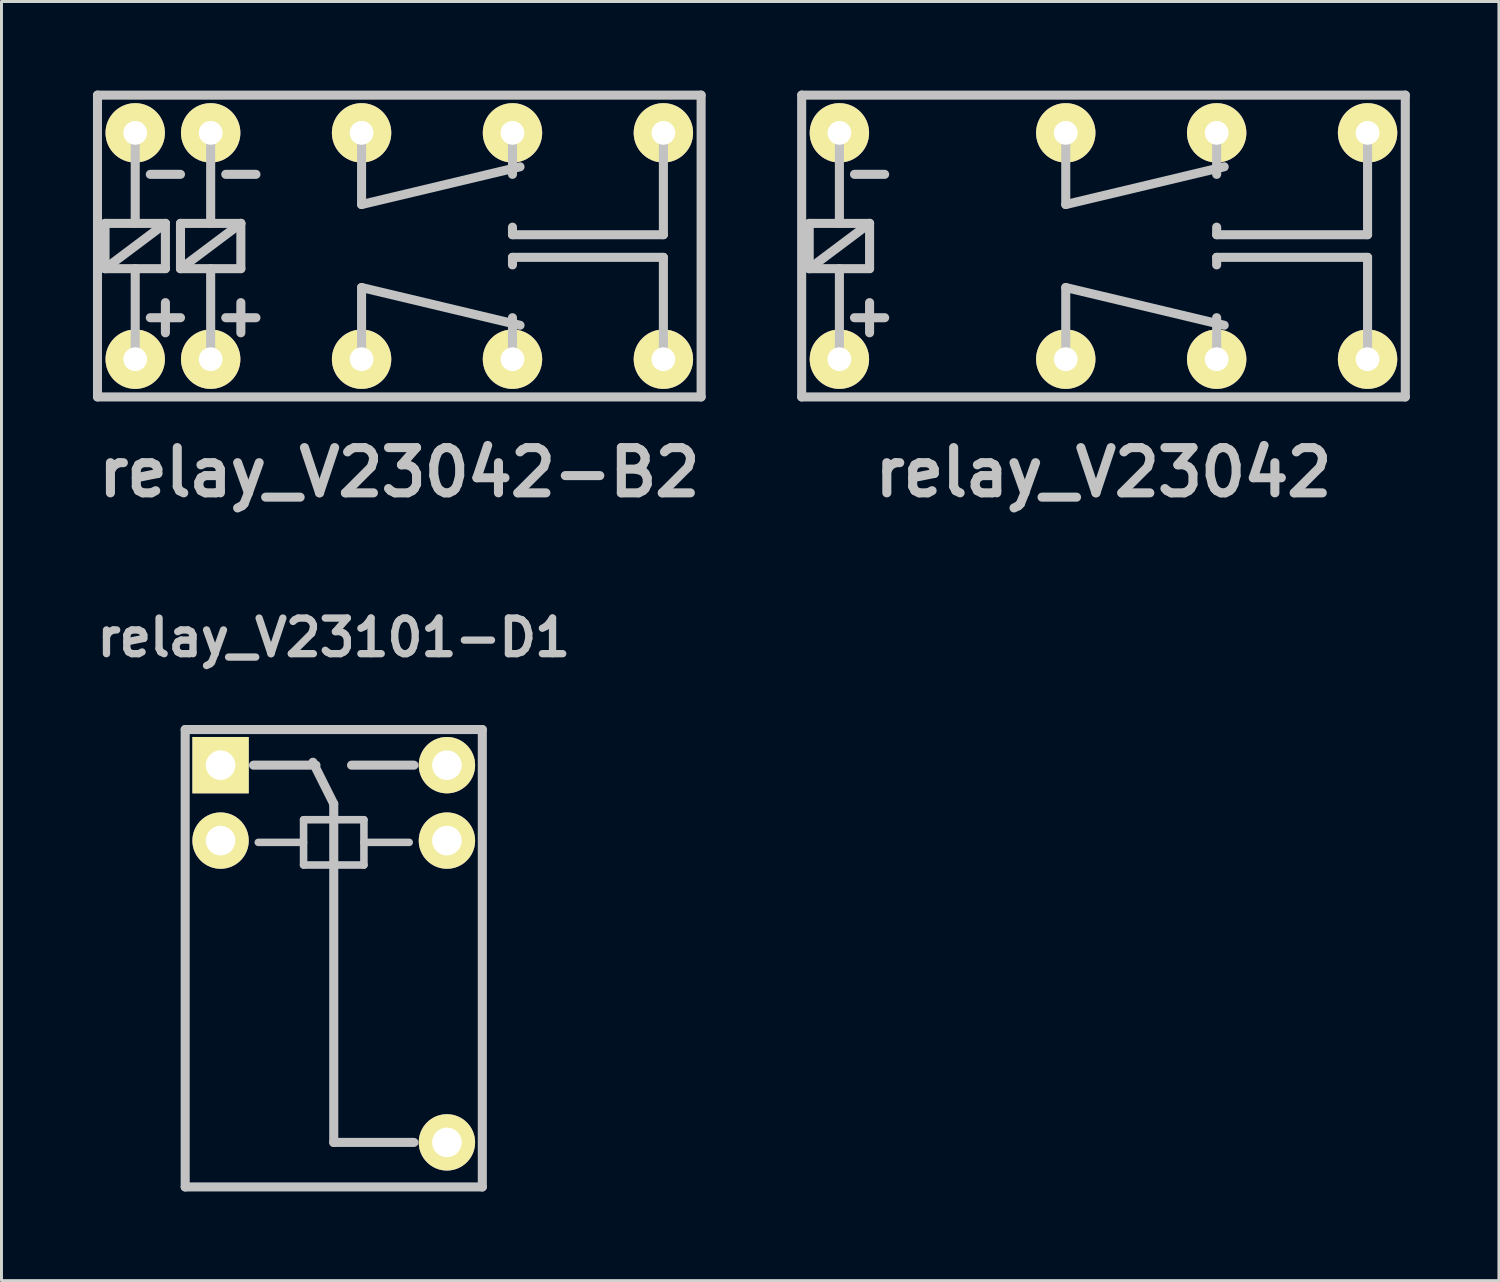
<source format=kicad_pcb>
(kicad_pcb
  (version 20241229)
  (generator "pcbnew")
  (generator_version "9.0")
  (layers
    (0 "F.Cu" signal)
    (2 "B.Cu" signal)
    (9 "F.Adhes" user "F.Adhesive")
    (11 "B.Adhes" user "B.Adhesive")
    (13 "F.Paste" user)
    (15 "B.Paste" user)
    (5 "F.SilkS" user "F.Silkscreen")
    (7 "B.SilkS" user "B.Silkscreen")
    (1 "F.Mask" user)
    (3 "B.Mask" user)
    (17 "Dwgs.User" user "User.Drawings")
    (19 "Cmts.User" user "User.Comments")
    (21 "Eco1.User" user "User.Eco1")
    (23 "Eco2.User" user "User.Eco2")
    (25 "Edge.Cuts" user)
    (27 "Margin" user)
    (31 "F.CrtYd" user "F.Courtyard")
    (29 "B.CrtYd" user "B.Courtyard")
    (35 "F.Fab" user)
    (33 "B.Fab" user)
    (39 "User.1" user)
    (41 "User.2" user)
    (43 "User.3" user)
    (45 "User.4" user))
  (footprint "relay_V23101-D1"
    (layer "F.Cu")
    (at 8.185 29.208)
    (property "Reference" "relay_V23101-D1" (at 0 -10.795 0) (layer "Dwgs.User") (effects (font (size 1.199 1.199) (thickness 0.246))))
    (attr through_hole)
    (fp_line (start -5.001 -7.699) (end 5.001 -7.699) (stroke (width 0.305) (type solid)) (layer "Dwgs.User"))
    (fp_line (start -5.001 7.699) (end -5.001 -7.699) (stroke (width 0.305) (type solid)) (layer "Dwgs.User"))
    (fp_line (start -2.54 -3.901) (end -1.016 -3.901) (stroke (width 0.254) (type solid)) (layer "Dwgs.User"))
    (fp_line (start -1.016 -4.663) (end -1.016 -3.139) (stroke (width 0.254) (type solid)) (layer "Dwgs.User"))
    (fp_line (start -1.016 -3.139) (end 1.016 -3.139) (stroke (width 0.254) (type solid)) (layer "Dwgs.User"))
    (fp_line (start -0.599 -6.5) (end -2.7 -6.5) (stroke (width 0.305) (type solid)) (layer "Dwgs.User"))
    (fp_line (start 0 -5.199) (end -0.701 -6.599) (stroke (width 0.305) (type solid)) (layer "Dwgs.User"))
    (fp_line (start 0 -5.199) (end 0 6.2) (stroke (width 0.305) (type solid)) (layer "Dwgs.User"))
    (fp_line (start 0.599 -6.5) (end 2.7 -6.5) (stroke (width 0.305) (type solid)) (layer "Dwgs.User"))
    (fp_line (start 1.016 -4.663) (end -1.016 -4.663) (stroke (width 0.254) (type solid)) (layer "Dwgs.User"))
    (fp_line (start 1.016 -3.901) (end 2.54 -3.901) (stroke (width 0.254) (type solid)) (layer "Dwgs.User"))
    (fp_line (start 1.016 -3.139) (end 1.016 -4.663) (stroke (width 0.254) (type solid)) (layer "Dwgs.User"))
    (fp_line (start 2.7 6.2) (end 0 6.2) (stroke (width 0.305) (type solid)) (layer "Dwgs.User"))
    (fp_line (start 5.001 -7.699) (end 5.001 7.699) (stroke (width 0.305) (type solid)) (layer "Dwgs.User"))
    (fp_line (start 5.001 7.699) (end -5.001 7.699) (stroke (width 0.305) (type solid)) (layer "Dwgs.User"))
    (pad "1" thru_hole rect (at -3.81 -6.5) (size 1.897 1.897) (drill 0.996) (layers "*.Cu" "*.Mask" "F.SilkS"))
    (pad "2" thru_hole circle (at -3.81 -3.96) (size 1.897 1.897) (drill 0.996) (layers "*.Cu" "*.Mask" "F.SilkS"))
    (pad "7" thru_hole circle (at 3.81 6.198) (size 1.897 1.897) (drill 0.996) (layers "*.Cu" "*.Mask" "F.SilkS"))
    (pad "11" thru_hole circle (at 3.81 -3.96) (size 1.897 1.897) (drill 0.996) (layers "*.Cu" "*.Mask" "F.SilkS"))
    (pad "12" thru_hole circle (at 3.81 -6.5) (size 1.897 1.897) (drill 0.996) (layers "*.Cu" "*.Mask" "F.SilkS")))
  (footprint "relay_V23042"
    (layer "F.Cu")
    (at 34.097 5.232)
    (property "Reference" "relay_V23042" (at 0 7.62 0) (layer "Dwgs.User") (effects (font (size 1.524 1.524) (thickness 0.305))))
    (attr through_hole)
    (fp_line (start -10.16 -5.08) (end -10.16 5.08) (stroke (width 0.305) (type solid)) (layer "Dwgs.User"))
    (fp_line (start -10.16 5.08) (end 10.16 5.08) (stroke (width 0.305) (type solid)) (layer "Dwgs.User"))
    (fp_line (start -9.906 -0.762) (end -7.874 -0.762) (stroke (width 0.305) (type solid)) (layer "Dwgs.User"))
    (fp_line (start -9.906 0.762) (end -9.906 -0.762) (stroke (width 0.305) (type solid)) (layer "Dwgs.User"))
    (fp_line (start -9.906 0.762) (end -7.874 -0.762) (stroke (width 0.305) (type solid)) (layer "Dwgs.User"))
    (fp_line (start -8.89 -3.81) (end -8.89 -0.762) (stroke (width 0.305) (type solid)) (layer "Dwgs.User"))
    (fp_line (start -8.89 3.81) (end -8.89 0.762) (stroke (width 0.305) (type solid)) (layer "Dwgs.User"))
    (fp_line (start -7.874 -0.762) (end -7.874 0.762) (stroke (width 0.305) (type solid)) (layer "Dwgs.User"))
    (fp_line (start -7.874 0.762) (end -9.906 0.762) (stroke (width 0.305) (type solid)) (layer "Dwgs.User"))
    (fp_line (start -7.874 1.905) (end -7.874 2.921) (stroke (width 0.305) (type solid)) (layer "Dwgs.User"))
    (fp_line (start -7.366 -2.413) (end -8.382 -2.413) (stroke (width 0.305) (type solid)) (layer "Dwgs.User"))
    (fp_line (start -7.366 2.413) (end -8.382 2.413) (stroke (width 0.305) (type solid)) (layer "Dwgs.User"))
    (fp_line (start -1.27 -1.397) (end -1.27 -3.81) (stroke (width 0.305) (type solid)) (layer "Dwgs.User"))
    (fp_line (start -1.27 -1.397) (end 4.064 -2.667) (stroke (width 0.305) (type solid)) (layer "Dwgs.User"))
    (fp_line (start -1.27 1.397) (end 4.064 2.667) (stroke (width 0.305) (type solid)) (layer "Dwgs.User"))
    (fp_line (start -1.27 3.81) (end -1.27 1.397) (stroke (width 0.305) (type solid)) (layer "Dwgs.User"))
    (fp_line (start 3.81 -2.413) (end 3.81 -3.81) (stroke (width 0.305) (type solid)) (layer "Dwgs.User"))
    (fp_line (start 3.81 -0.381) (end 3.81 -0.635) (stroke (width 0.305) (type solid)) (layer "Dwgs.User"))
    (fp_line (start 3.81 0.381) (end 3.81 0.635) (stroke (width 0.305) (type solid)) (layer "Dwgs.User"))
    (fp_line (start 3.81 3.81) (end 3.81 2.413) (stroke (width 0.305) (type solid)) (layer "Dwgs.User"))
    (fp_line (start 8.89 -0.381) (end 3.81 -0.381) (stroke (width 0.305) (type solid)) (layer "Dwgs.User"))
    (fp_line (start 8.89 -0.381) (end 8.89 -3.81) (stroke (width 0.305) (type solid)) (layer "Dwgs.User"))
    (fp_line (start 8.89 0.381) (end 3.81 0.381) (stroke (width 0.305) (type solid)) (layer "Dwgs.User"))
    (fp_line (start 8.89 3.81) (end 8.89 0.381) (stroke (width 0.305) (type solid)) (layer "Dwgs.User"))
    (fp_line (start 10.16 -5.08) (end -10.16 -5.08) (stroke (width 0.305) (type solid)) (layer "Dwgs.User"))
    (fp_line (start 10.16 5.08) (end 10.16 -5.08) (stroke (width 0.305) (type solid)) (layer "Dwgs.User"))
    (pad "1" thru_hole circle (at -8.89 3.81) (size 1.999 1.999) (drill 0.8) (layers "*.Cu" "*.Mask" "F.SilkS"))
    (pad "4" thru_hole circle (at -1.27 3.81) (size 1.999 1.999) (drill 0.8) (layers "*.Cu" "*.Mask" "F.SilkS"))
    (pad "6" thru_hole circle (at 3.81 3.81) (size 1.999 1.999) (drill 0.8) (layers "*.Cu" "*.Mask" "F.SilkS"))
    (pad "8" thru_hole circle (at 8.89 3.81) (size 1.999 1.999) (drill 0.8) (layers "*.Cu" "*.Mask" "F.SilkS"))
    (pad "9" thru_hole circle (at 8.89 -3.81) (size 1.999 1.999) (drill 0.8) (layers "*.Cu" "*.Mask" "F.SilkS"))
    (pad "11" thru_hole circle (at 3.81 -3.81) (size 1.999 1.999) (drill 0.8) (layers "*.Cu" "*.Mask" "F.SilkS"))
    (pad "13" thru_hole circle (at -1.27 -3.81) (size 1.999 1.999) (drill 0.8) (layers "*.Cu" "*.Mask" "F.SilkS"))
    (pad "16" thru_hole circle (at -8.89 -3.81) (size 1.999 1.999) (drill 0.8) (layers "*.Cu" "*.Mask" "F.SilkS")))
  (footprint "relay_V23042-B2"
    (layer "F.Cu")
    (at 10.392 5.232)
    (property "Reference" "relay_V23042-B2" (at 0 7.62 0) (layer "Dwgs.User") (effects (font (size 1.524 1.524) (thickness 0.305))))
    (attr through_hole)
    (fp_line (start -10.16 -5.08) (end -10.16 5.08) (stroke (width 0.305) (type solid)) (layer "Dwgs.User"))
    (fp_line (start -10.16 5.08) (end 10.16 5.08) (stroke (width 0.305) (type solid)) (layer "Dwgs.User"))
    (fp_line (start -9.906 -0.762) (end -7.874 -0.762) (stroke (width 0.305) (type solid)) (layer "Dwgs.User"))
    (fp_line (start -9.906 0.762) (end -9.906 -0.762) (stroke (width 0.305) (type solid)) (layer "Dwgs.User"))
    (fp_line (start -9.906 0.762) (end -7.874 -0.762) (stroke (width 0.305) (type solid)) (layer "Dwgs.User"))
    (fp_line (start -8.89 -3.81) (end -8.89 -0.762) (stroke (width 0.305) (type solid)) (layer "Dwgs.User"))
    (fp_line (start -8.89 3.81) (end -8.89 0.762) (stroke (width 0.305) (type solid)) (layer "Dwgs.User"))
    (fp_line (start -7.874 -0.762) (end -7.874 0.762) (stroke (width 0.305) (type solid)) (layer "Dwgs.User"))
    (fp_line (start -7.874 0.762) (end -9.906 0.762) (stroke (width 0.305) (type solid)) (layer "Dwgs.User"))
    (fp_line (start -7.874 1.905) (end -7.874 2.921) (stroke (width 0.305) (type solid)) (layer "Dwgs.User"))
    (fp_line (start -7.366 -2.413) (end -8.382 -2.413) (stroke (width 0.305) (type solid)) (layer "Dwgs.User"))
    (fp_line (start -7.366 -0.762) (end -7.366 0.762) (stroke (width 0.305) (type solid)) (layer "Dwgs.User"))
    (fp_line (start -7.366 -0.762) (end -5.334 -0.762) (stroke (width 0.305) (type solid)) (layer "Dwgs.User"))
    (fp_line (start -7.366 0.762) (end -5.334 -0.762) (stroke (width 0.305) (type solid)) (layer "Dwgs.User"))
    (fp_line (start -7.366 2.413) (end -8.382 2.413) (stroke (width 0.305) (type solid)) (layer "Dwgs.User"))
    (fp_line (start -6.35 -3.81) (end -6.35 -0.762) (stroke (width 0.305) (type solid)) (layer "Dwgs.User"))
    (fp_line (start -6.35 3.81) (end -6.35 0.762) (stroke (width 0.305) (type solid)) (layer "Dwgs.User"))
    (fp_line (start -5.334 -0.762) (end -5.334 0.762) (stroke (width 0.305) (type solid)) (layer "Dwgs.User"))
    (fp_line (start -5.334 0.762) (end -7.366 0.762) (stroke (width 0.305) (type solid)) (layer "Dwgs.User"))
    (fp_line (start -5.334 1.905) (end -5.334 2.921) (stroke (width 0.305) (type solid)) (layer "Dwgs.User"))
    (fp_line (start -4.826 -2.413) (end -5.842 -2.413) (stroke (width 0.305) (type solid)) (layer "Dwgs.User"))
    (fp_line (start -4.826 2.413) (end -5.842 2.413) (stroke (width 0.305) (type solid)) (layer "Dwgs.User"))
    (fp_line (start -1.27 -1.397) (end -1.27 -3.81) (stroke (width 0.305) (type solid)) (layer "Dwgs.User"))
    (fp_line (start -1.27 -1.397) (end 4.064 -2.667) (stroke (width 0.305) (type solid)) (layer "Dwgs.User"))
    (fp_line (start -1.27 1.397) (end 4.064 2.667) (stroke (width 0.305) (type solid)) (layer "Dwgs.User"))
    (fp_line (start -1.27 3.81) (end -1.27 1.397) (stroke (width 0.305) (type solid)) (layer "Dwgs.User"))
    (fp_line (start 3.81 -2.413) (end 3.81 -3.81) (stroke (width 0.305) (type solid)) (layer "Dwgs.User"))
    (fp_line (start 3.81 -0.381) (end 3.81 -0.635) (stroke (width 0.305) (type solid)) (layer "Dwgs.User"))
    (fp_line (start 3.81 0.381) (end 3.81 0.635) (stroke (width 0.305) (type solid)) (layer "Dwgs.User"))
    (fp_line (start 3.81 3.81) (end 3.81 2.413) (stroke (width 0.305) (type solid)) (layer "Dwgs.User"))
    (fp_line (start 8.89 -0.381) (end 3.81 -0.381) (stroke (width 0.305) (type solid)) (layer "Dwgs.User"))
    (fp_line (start 8.89 -0.381) (end 8.89 -3.81) (stroke (width 0.305) (type solid)) (layer "Dwgs.User"))
    (fp_line (start 8.89 0.381) (end 3.81 0.381) (stroke (width 0.305) (type solid)) (layer "Dwgs.User"))
    (fp_line (start 8.89 3.81) (end 8.89 0.381) (stroke (width 0.305) (type solid)) (layer "Dwgs.User"))
    (fp_line (start 10.16 -5.08) (end -10.16 -5.08) (stroke (width 0.305) (type solid)) (layer "Dwgs.User"))
    (fp_line (start 10.16 5.08) (end 10.16 -5.08) (stroke (width 0.305) (type solid)) (layer "Dwgs.User"))
    (pad "1" thru_hole circle (at -8.89 3.81) (size 1.999 1.999) (drill 0.8) (layers "*.Cu" "*.Mask" "F.SilkS"))
    (pad "2" thru_hole circle (at -6.35 3.81) (size 1.999 1.999) (drill 0.8) (layers "*.Cu" "*.Mask" "F.SilkS"))
    (pad "4" thru_hole circle (at -1.27 3.81) (size 1.999 1.999) (drill 0.8) (layers "*.Cu" "*.Mask" "F.SilkS"))
    (pad "6" thru_hole circle (at 3.81 3.81) (size 1.999 1.999) (drill 0.8) (layers "*.Cu" "*.Mask" "F.SilkS"))
    (pad "8" thru_hole circle (at 8.89 3.81) (size 1.999 1.999) (drill 0.8) (layers "*.Cu" "*.Mask" "F.SilkS"))
    (pad "9" thru_hole circle (at 8.89 -3.81) (size 1.999 1.999) (drill 0.8) (layers "*.Cu" "*.Mask" "F.SilkS"))
    (pad "11" thru_hole circle (at 3.81 -3.81) (size 1.999 1.999) (drill 0.8) (layers "*.Cu" "*.Mask" "F.SilkS"))
    (pad "13" thru_hole circle (at -1.27 -3.81) (size 1.999 1.999) (drill 0.8) (layers "*.Cu" "*.Mask" "F.SilkS"))
    (pad "15" thru_hole circle (at -6.35 -3.81) (size 1.999 1.999) (drill 0.8) (layers "*.Cu" "*.Mask" "F.SilkS"))
    (pad "16" thru_hole circle (at -8.89 -3.81) (size 1.999 1.999) (drill 0.8) (layers "*.Cu" "*.Mask" "F.SilkS")))
  (gr_rect
    (start -3 -3)
    (end 47.409 40.059)
    (stroke (width 0.1) (type default))
    (fill no)
    (layer "Edge.Cuts")))
</source>
